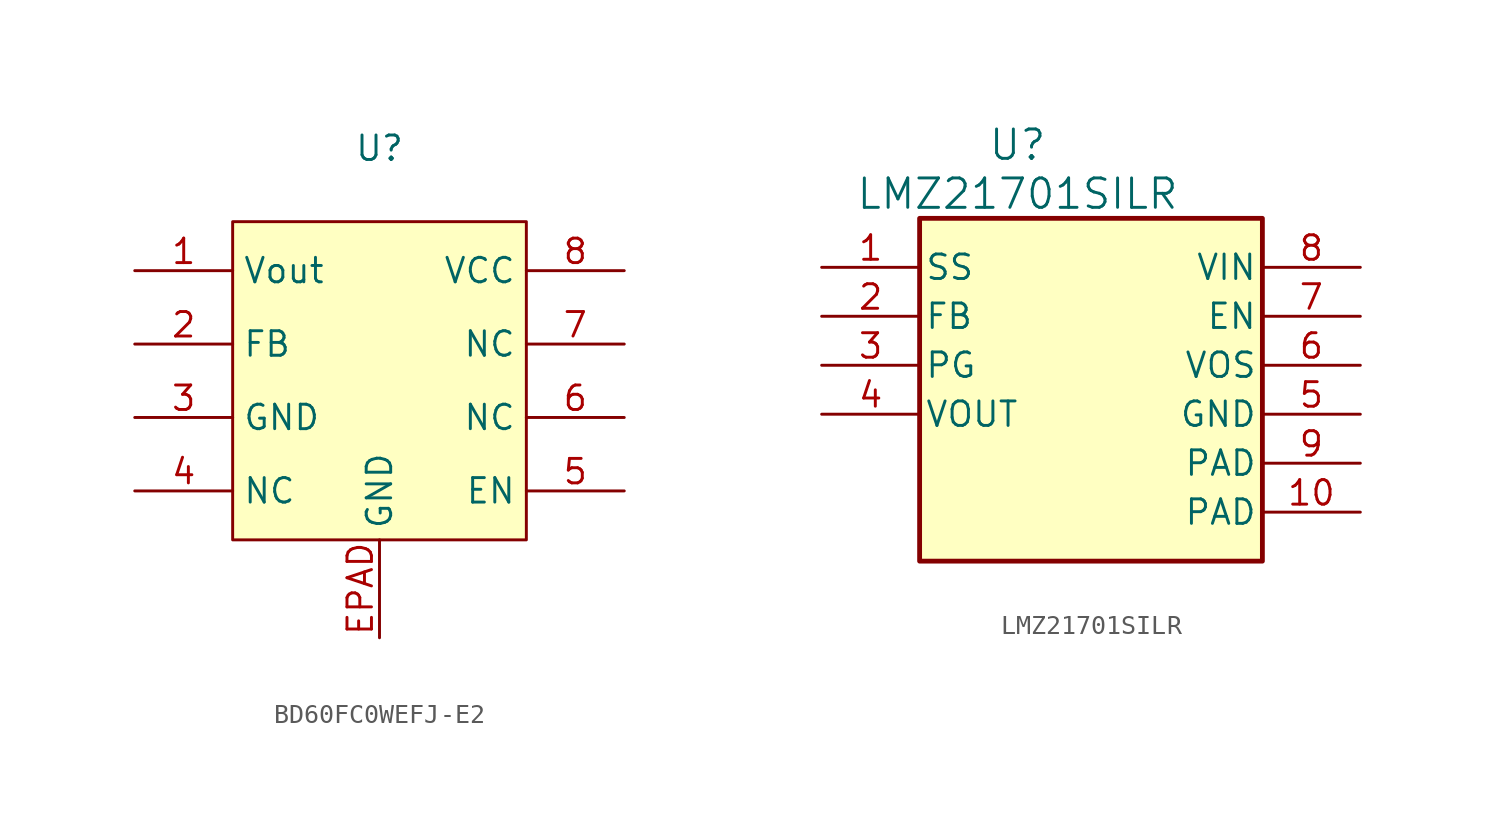
<source format=kicad_sym>
(kicad_symbol_lib
  (version 20220914)
  (generator kicad_symbol_editor)
  (symbol "BD60FC0WEFJ-E2"
    (property "Reference" "U"
      (at 11.43 7.62 0)
      (effects (font (size 1.27 1.27))))
    (property "Value" ""
      (at 0 0 0)
      (effects (font (size 1.27 1.27))))
    (symbol "BD60FC0WEFJ-E2_1_1"
      (rectangle (start 3.81 3.81) (end 19.05 -12.7) (stroke (width 0) (type default)) (fill (type background)))
      (pin power_out line (at -1.27 1.27 0) (length 5.08) (name "Vout" (effects (font (size 1.27 1.27)))) (number "1" (effects (font (size 1.27 1.27)))))
      (pin input line (at -1.27 -2.54 0) (length 5.08) (name "FB" (effects (font (size 1.27 1.27)))) (number "2" (effects (font (size 1.27 1.27)))))
      (pin power_in line (at -1.27 -6.35 0) (length 5.08) (name "GND" (effects (font (size 1.27 1.27)))) (number "3" (effects (font (size 1.27 1.27)))))
      (pin input line (at -1.27 -10.16 0) (length 5.08) (name "NC" (effects (font (size 1.27 1.27)))) (number "4" (effects (font (size 1.27 1.27)))))
      (pin input line (at 24.13 -10.16 180) (length 5.08) (name "EN" (effects (font (size 1.27 1.27)))) (number "5" (effects (font (size 1.27 1.27)))))
      (pin input line (at 24.13 -6.35 180) (length 5.08) (name "NC" (effects (font (size 1.27 1.27)))) (number "6" (effects (font (size 1.27 1.27)))))
      (pin input line (at 24.13 -2.54 180) (length 5.08) (name "NC" (effects (font (size 1.27 1.27)))) (number "7" (effects (font (size 1.27 1.27)))))
      (pin power_in line (at 24.13 1.27 180) (length 5.08) (name "VCC" (effects (font (size 1.27 1.27)))) (number "8" (effects (font (size 1.27 1.27)))))
      (pin power_in line (at 11.43 -17.78 90) (length 5.08) (name "GND" (effects (font (size 1.27 1.27)))) (number "EPAD" (effects (font (size 1.27 1.27)))))))
  (symbol "LMZ21701SILR"
    (pin_names
      (offset 0.254))
    (property "Reference" "U"
      (at 0 16.51 0)
      (effects (font (size 1.524 1.524))))
    (property "Value" "LMZ21701SILR"
      (at 0 13.97 0)
      (effects (font (size 1.524 1.524))))
    (property "ki_locked" ""
      (at 0 0 0)
      (effects (font (size 1.27 1.27))))
    (symbol "LMZ21701SILR_0_1"
      (pin input line (at -10.16 10.16 0) (length 5.08) (name "SS" (effects (font (size 1.27 1.27)))) (number "1" (effects (font (size 1.27 1.27)))))
      (pin power_in line (at 17.78 -2.54 180) (length 5.08) (name "PAD" (effects (font (size 1.27 1.27)))) (number "10" (effects (font (size 1.27 1.27)))))
      (pin input line (at -10.16 7.62 0) (length 5.08) (name "FB" (effects (font (size 1.27 1.27)))) (number "2" (effects (font (size 1.27 1.27)))))
      (pin open_collector line (at -10.16 5.08 0) (length 5.08) (name "PG" (effects (font (size 1.27 1.27)))) (number "3" (effects (font (size 1.27 1.27)))))
      (pin power_in line (at -10.16 2.54 0) (length 5.08) (name "VOUT" (effects (font (size 1.27 1.27)))) (number "4" (effects (font (size 1.27 1.27)))))
      (pin power_in line (at 17.78 2.54 180) (length 5.08) (name "GND" (effects (font (size 1.27 1.27)))) (number "5" (effects (font (size 1.27 1.27)))))
      (pin input line (at 17.78 5.08 180) (length 5.08) (name "VOS" (effects (font (size 1.27 1.27)))) (number "6" (effects (font (size 1.27 1.27)))))
      (pin input line (at 17.78 7.62 180) (length 5.08) (name "EN" (effects (font (size 1.27 1.27)))) (number "7" (effects (font (size 1.27 1.27)))))
      (pin power_in line (at 17.78 10.16 180) (length 5.08) (name "VIN" (effects (font (size 1.27 1.27)))) (number "8" (effects (font (size 1.27 1.27)))))
      (pin power_in line (at 17.78 0 180) (length 5.08) (name "PAD" (effects (font (size 1.27 1.27)))) (number "9" (effects (font (size 1.27 1.27))))))
    (symbol "LMZ21701SILR_1_1"
      (rectangle (start -5.08 12.7) (end 12.7 -5.08) (stroke (width 0.25) (type default)) (fill (type background)))
      (rectangle (start 12.7 -2.54) (end 12.7 -2.54) (stroke (width 0) (type default)) (fill (type none))))))
</source>
